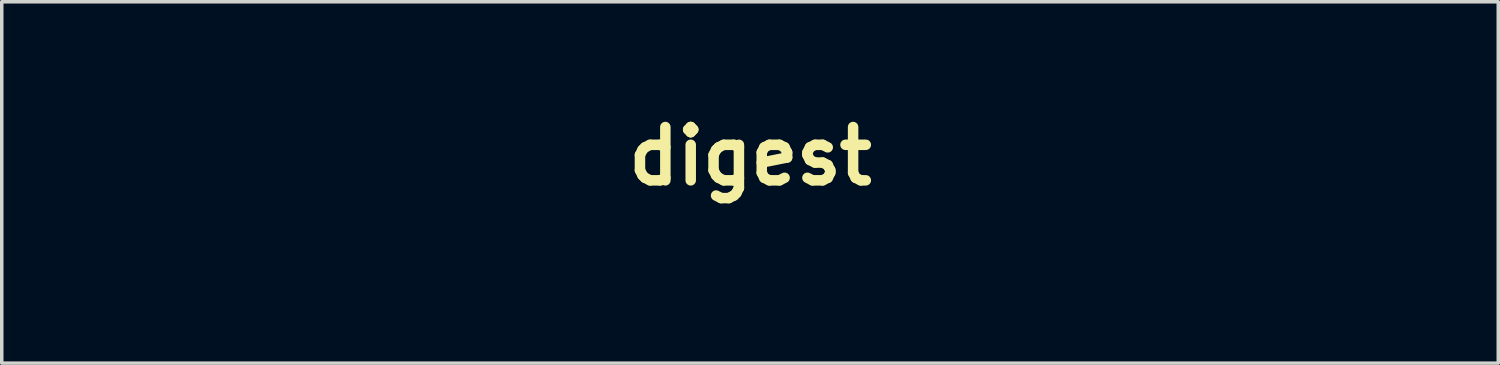
<source format=kicad_pcb>
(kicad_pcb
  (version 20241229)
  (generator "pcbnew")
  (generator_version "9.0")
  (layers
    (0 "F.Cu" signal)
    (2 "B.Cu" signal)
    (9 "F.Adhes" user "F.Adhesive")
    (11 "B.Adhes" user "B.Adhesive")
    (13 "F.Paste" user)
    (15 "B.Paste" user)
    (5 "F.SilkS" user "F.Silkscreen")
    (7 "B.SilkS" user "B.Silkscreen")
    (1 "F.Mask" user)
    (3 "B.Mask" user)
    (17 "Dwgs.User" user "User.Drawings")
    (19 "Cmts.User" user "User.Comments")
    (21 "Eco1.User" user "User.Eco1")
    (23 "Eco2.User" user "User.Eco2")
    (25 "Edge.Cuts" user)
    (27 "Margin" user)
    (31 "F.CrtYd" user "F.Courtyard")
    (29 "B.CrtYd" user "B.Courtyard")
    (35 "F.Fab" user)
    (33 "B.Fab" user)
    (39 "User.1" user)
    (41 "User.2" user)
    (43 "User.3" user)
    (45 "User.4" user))
  (footprint "digest"
    (layer "F.Cu")
    (at 18.41 1.418)
    (property "Reference" "digest" (at 0 0 0) (layer "F.SilkS") (effects (font (size 1.524 1.524) (thickness 0.3))))
    (attr through_hole)
    (fp_poly (pts (xy 0.318 1.653) (xy 0.325 1.819) (xy 0.324 1.826) (xy 0.268 2.01) (xy 0.184 2.098) (xy 0.105 2.072) (xy 0.098 1.907) (xy 0.099 1.9) (xy 0.156 1.715) (xy 0.239 1.627) (xy 0.318 1.653)) (stroke (width 0.01) (type solid)) (fill no) (layer "Eco2.User"))
    (fp_poly (pts (xy 9.358 0.524) (xy 9.361 0.528) (xy 9.37 0.63) (xy 9.349 0.708) (xy 9.251 0.823) (xy 9.132 0.836) (xy 9.061 0.745) (xy 9.059 0.717) (xy 9.118 0.595) (xy 9.244 0.515) (xy 9.358 0.524)) (stroke (width 0.01) (type solid)) (fill no) (layer "Eco2.User"))
    (fp_poly (pts (xy 14.268 0.524) (xy 14.272 0.528) (xy 14.281 0.63) (xy 14.259 0.708) (xy 14.162 0.823) (xy 14.043 0.836) (xy 13.972 0.745) (xy 13.97 0.717) (xy 14.029 0.595) (xy 14.155 0.515) (xy 14.268 0.524)) (stroke (width 0.01) (type solid)) (fill no) (layer "Eco2.User"))
    (fp_poly (pts (xy 17.505 1.653) (xy 17.512 1.819) (xy 17.511 1.826) (xy 17.455 2.01) (xy 17.371 2.098) (xy 17.293 2.072) (xy 17.286 1.907) (xy 17.287 1.9) (xy 17.343 1.715) (xy 17.427 1.627) (xy 17.505 1.653)) (stroke (width 0.01) (type solid)) (fill no) (layer "Eco2.User"))
    (fp_poly (pts (xy -15.541 0.13) (xy -15.502 0.287) (xy -15.494 0.508) (xy -15.512 0.773) (xy -15.559 0.912) (xy -15.623 0.91) (xy -15.691 0.754) (xy -15.695 0.741) (xy -15.746 0.446) (xy -15.733 0.218) (xy -15.661 0.095) (xy -15.621 0.085) (xy -15.541 0.13)) (stroke (width 0.01) (type solid)) (fill no) (layer "Eco2.User"))
    (fp_poly (pts (xy 4.948 0.13) (xy 4.987 0.287) (xy 4.995 0.508) (xy 4.977 0.773) (xy 4.93 0.912) (xy 4.866 0.91) (xy 4.798 0.754) (xy 4.795 0.741) (xy 4.744 0.446) (xy 4.756 0.218) (xy 4.828 0.095) (xy 4.868 0.085) (xy 4.948 0.13)) (stroke (width 0.01) (type solid)) (fill no) (layer "Eco2.User"))
    (fp_poly (pts (xy 1.158 0.035) (xy 1.198 0.064) (xy 1.196 0.179) (xy 1.087 0.418) (xy 0.873 0.772) (xy 0.846 0.813) (xy 0.627 1.149) (xy 0.483 1.364) (xy 0.396 1.478) (xy 0.347 1.511) (xy 0.319 1.485) (xy 0.295 1.423) (xy 0.315 1.303) (xy 0.403 1.084) (xy 0.536 0.809) (xy 0.691 0.523) (xy 0.844 0.268) (xy 0.973 0.088) (xy 1.03 0.034) (xy 1.158 0.035)) (stroke (width 0.01) (type solid)) (fill no) (layer "Eco2.User"))
    (fp_poly (pts (xy 18.345 0.035) (xy 18.386 0.064) (xy 18.384 0.179) (xy 18.274 0.418) (xy 18.061 0.772) (xy 18.034 0.813) (xy 17.814 1.149) (xy 17.67 1.364) (xy 17.583 1.478) (xy 17.534 1.511) (xy 17.506 1.485) (xy 17.482 1.423) (xy 17.502 1.303) (xy 17.59 1.084) (xy 17.723 0.809) (xy 17.878 0.523) (xy 18.032 0.268) (xy 18.161 0.088) (xy 18.218 0.034) (xy 18.345 0.035)) (stroke (width 0.01) (type solid)) (fill no) (layer "Eco2.User"))
    (fp_poly (pts (xy -14.584 0.833) (xy -14.526 1.005) (xy -14.514 1.06) (xy -14.5 1.325) (xy -14.592 1.548) (xy -14.639 1.616) (xy -14.75 1.793) (xy -14.737 1.855) (xy -14.599 1.803) (xy -14.476 1.728) (xy -14.382 1.677) (xy -14.414 1.728) (xy -14.543 1.855) (xy -14.811 2.057) (xy -15.035 2.104) (xy -15.232 2) (xy -15.269 1.962) (xy -15.378 1.813) (xy -15.409 1.727) (xy -15.358 1.625) (xy -15.302 1.546) (xy -15.152 1.546) (xy -15.148 1.656) (xy -15.134 1.675) (xy -15.002 1.758) (xy -14.892 1.687) (xy -14.831 1.487) (xy -14.804 1.252) (xy -15.014 1.409) (xy -15.152 1.546) (xy -15.302 1.546) (xy -15.229 1.442) (xy -15.057 1.221) (xy -14.877 1.007) (xy -14.726 0.844) (xy -14.644 0.778) (xy -14.584 0.833)) (stroke (width 0.01) (type solid)) (fill no) (layer "Eco2.User"))
    (fp_poly (pts (xy 5.905 0.833) (xy 5.963 1.005) (xy 5.975 1.06) (xy 5.99 1.325) (xy 5.898 1.548) (xy 5.85 1.616) (xy 5.739 1.793) (xy 5.752 1.855) (xy 5.89 1.803) (xy 6.014 1.728) (xy 6.107 1.677) (xy 6.076 1.728) (xy 5.946 1.855) (xy 5.678 2.057) (xy 5.455 2.104) (xy 5.257 2) (xy 5.22 1.962) (xy 5.112 1.813) (xy 5.08 1.727) (xy 5.131 1.625) (xy 5.187 1.546) (xy 5.337 1.546) (xy 5.341 1.656) (xy 5.355 1.675) (xy 5.487 1.758) (xy 5.597 1.687) (xy 5.658 1.487) (xy 5.686 1.252) (xy 5.476 1.409) (xy 5.337 1.546) (xy 5.187 1.546) (xy 5.26 1.442) (xy 5.433 1.221) (xy 5.612 1.007) (xy 5.763 0.844) (xy 5.846 0.778) (xy 5.905 0.833)) (stroke (width 0.01) (type solid)) (fill no) (layer "Eco2.User"))
    (fp_poly (pts (xy -15.953 0.545) (xy -15.974 0.614) (xy -16.042 0.765) (xy -16.05 0.804) (xy -16.07 0.966) (xy -16.074 0.995) (xy -16.156 1.08) (xy -16.26 1.101) (xy -16.426 1.177) (xy -16.557 1.394) (xy -16.637 1.609) (xy -16.678 1.76) (xy -16.679 1.775) (xy -16.623 1.856) (xy -16.485 1.831) (xy -16.326 1.723) (xy -16.212 1.649) (xy -16.171 1.673) (xy -16.235 1.788) (xy -16.39 1.944) (xy -16.579 2.092) (xy -16.749 2.188) (xy -16.807 2.201) (xy -16.898 2.125) (xy -16.951 1.928) (xy -16.951 1.926) (xy -16.908 1.602) (xy -16.783 1.376) (xy -16.668 1.198) (xy -16.657 1.116) (xy -16.717 1.101) (xy -16.833 1.065) (xy -16.849 1.033) (xy -16.778 0.896) (xy -16.62 0.788) (xy -16.503 0.762) (xy -16.332 0.701) (xy -16.256 0.635) (xy -16.134 0.539) (xy -16.015 0.508) (xy -15.953 0.545)) (stroke (width 0.01) (type solid)) (fill no) (layer "Eco2.User"))
    (fp_poly (pts (xy 4.536 0.545) (xy 4.516 0.614) (xy 4.448 0.765) (xy 4.439 0.804) (xy 4.419 0.966) (xy 4.416 0.995) (xy 4.333 1.08) (xy 4.229 1.101) (xy 4.063 1.177) (xy 3.933 1.394) (xy 3.852 1.609) (xy 3.811 1.76) (xy 3.81 1.775) (xy 3.866 1.856) (xy 4.004 1.831) (xy 4.163 1.723) (xy 4.278 1.649) (xy 4.318 1.673) (xy 4.254 1.788) (xy 4.1 1.944) (xy 3.91 2.092) (xy 3.741 2.188) (xy 3.682 2.201) (xy 3.591 2.125) (xy 3.538 1.928) (xy 3.538 1.926) (xy 3.582 1.602) (xy 3.706 1.376) (xy 3.821 1.198) (xy 3.832 1.116) (xy 3.772 1.101) (xy 3.656 1.065) (xy 3.641 1.033) (xy 3.711 0.896) (xy 3.87 0.788) (xy 3.986 0.762) (xy 4.157 0.701) (xy 4.233 0.635) (xy 4.355 0.539) (xy 4.475 0.508) (xy 4.536 0.545)) (stroke (width 0.01) (type solid)) (fill no) (layer "Eco2.User"))
    (fp_poly (pts (xy -17.173 -0.018) (xy -17.092 0.164) (xy -17.101 0.441) (xy -17.198 0.787) (xy -17.381 1.179) (xy -17.492 1.368) (xy -17.615 1.578) (xy -17.687 1.728) (xy -17.695 1.76) (xy -17.741 1.878) (xy -17.809 1.986) (xy -17.915 2.085) (xy -17.987 2.04) (xy -17.983 1.91) (xy -17.893 1.706) (xy -17.842 1.623) (xy -17.607 1.239) (xy -17.426 0.886) (xy -17.309 0.589) (xy -17.264 0.373) (xy -17.3 0.263) (xy -17.335 0.254) (xy -17.488 0.299) (xy -17.669 0.412) (xy -17.847 0.562) (xy -17.991 0.718) (xy -18.07 0.849) (xy -18.054 0.926) (xy -18.016 0.934) (xy -17.985 0.967) (xy -18.06 1.025) (xy -18.236 1.066) (xy -18.333 1.014) (xy -18.405 0.922) (xy -18.387 0.797) (xy -18.325 0.667) (xy -18.173 0.462) (xy -17.943 0.246) (xy -17.687 0.059) (xy -17.455 -0.061) (xy -17.347 -0.085) (xy -17.173 -0.018)) (stroke (width 0.01) (type solid)) (fill no) (layer "Eco2.User"))
    (fp_poly (pts (xy 3.316 -0.018) (xy 3.398 0.164) (xy 3.389 0.441) (xy 3.291 0.787) (xy 3.109 1.179) (xy 2.997 1.368) (xy 2.874 1.578) (xy 2.802 1.728) (xy 2.794 1.76) (xy 2.749 1.878) (xy 2.68 1.986) (xy 2.574 2.085) (xy 2.503 2.04) (xy 2.507 1.91) (xy 2.597 1.706) (xy 2.647 1.623) (xy 2.882 1.239) (xy 3.063 0.886) (xy 3.181 0.589) (xy 3.226 0.373) (xy 3.189 0.263) (xy 3.154 0.254) (xy 3.001 0.299) (xy 2.82 0.412) (xy 2.642 0.562) (xy 2.498 0.718) (xy 2.419 0.849) (xy 2.435 0.926) (xy 2.474 0.934) (xy 2.504 0.967) (xy 2.43 1.025) (xy 2.254 1.066) (xy 2.157 1.014) (xy 2.084 0.922) (xy 2.103 0.797) (xy 2.164 0.667) (xy 2.316 0.462) (xy 2.546 0.246) (xy 2.802 0.059) (xy 3.034 -0.061) (xy 3.142 -0.085) (xy 3.316 -0.018)) (stroke (width 0.01) (type solid)) (fill no) (layer "Eco2.User"))
    (fp_poly (pts (xy -12.306 0.942) (xy -12.294 1.079) (xy -12.346 1.321) (xy -12.42 1.479) (xy -12.518 1.665) (xy -12.49 1.756) (xy -12.351 1.778) (xy -12.228 1.796) (xy -12.253 1.875) (xy -12.281 1.91) (xy -12.457 2.072) (xy -12.626 2.151) (xy -12.738 2.123) (xy -12.743 2.116) (xy -12.762 1.974) (xy -12.738 1.841) (xy -12.714 1.736) (xy -12.753 1.733) (xy -12.88 1.839) (xy -12.95 1.905) (xy -13.121 2.058) (xy -13.22 2.104) (xy -13.295 2.055) (xy -13.341 1.995) (xy -13.453 1.767) (xy -13.453 1.763) (xy -13.224 1.763) (xy -13.176 1.82) (xy -13.045 1.781) (xy -12.885 1.653) (xy -12.714 1.459) (xy -12.7 1.44) (xy -12.589 1.263) (xy -12.59 1.197) (xy -12.711 1.239) (xy -12.923 1.362) (xy -13.087 1.497) (xy -13.191 1.643) (xy -13.224 1.763) (xy -13.453 1.763) (xy -13.43 1.551) (xy -13.262 1.328) (xy -12.941 1.079) (xy -12.921 1.066) (xy -12.613 0.892) (xy -12.408 0.851) (xy -12.306 0.942)) (stroke (width 0.01) (type solid)) (fill no) (layer "Eco2.User"))
    (fp_poly (pts (xy -11.191 0.279) (xy -11.222 0.503) (xy -11.335 0.791) (xy -11.497 1.081) (xy -11.678 1.311) (xy -11.721 1.351) (xy -11.831 1.516) (xy -11.843 1.701) (xy -11.763 1.824) (xy -11.63 1.819) (xy -11.478 1.686) (xy -11.34 1.458) (xy -11.275 1.286) (xy -11.234 1.184) (xy -10.974 1.184) (xy -10.969 1.185) (xy -10.908 1.121) (xy -10.797 0.96) (xy -10.76 0.9) (xy -10.652 0.701) (xy -10.594 0.543) (xy -10.588 0.46) (xy -10.641 0.48) (xy -10.709 0.565) (xy -10.811 0.737) (xy -10.905 0.934) (xy -10.967 1.101) (xy -10.974 1.184) (xy -11.234 1.184) (xy -11.17 1.022) (xy -11.012 0.728) (xy -10.833 0.451) (xy -10.663 0.237) (xy -10.538 0.138) (xy -10.445 0.154) (xy -10.425 0.281) (xy -10.464 0.485) (xy -10.55 0.73) (xy -10.67 0.982) (xy -10.811 1.206) (xy -10.961 1.366) (xy -10.998 1.392) (xy -11.079 1.524) (xy -11.078 1.702) (xy -11.001 1.824) (xy -10.877 1.817) (xy -10.762 1.744) (xy -10.6 1.621) (xy -10.541 1.621) (xy -10.592 1.725) (xy -10.71 1.863) (xy -10.927 2.055) (xy -11.091 2.104) (xy -11.232 2.015) (xy -11.285 1.947) (xy -11.404 1.778) (xy -11.557 1.947) (xy -11.749 2.095) (xy -11.918 2.078) (xy -12.052 1.941) (xy -12.128 1.768) (xy -12.113 1.55) (xy -12.089 1.454) (xy -11.984 1.184) (xy -11.736 1.184) (xy -11.731 1.185) (xy -11.67 1.121) (xy -11.559 0.96) (xy -11.522 0.9) (xy -11.414 0.701) (xy -11.356 0.543) (xy -11.35 0.46) (xy -11.403 0.48) (xy -11.471 0.565) (xy -11.573 0.737) (xy -11.667 0.934) (xy -11.729 1.101) (xy -11.736 1.184) (xy -11.984 1.184) (xy -11.862 0.872) (xy -11.534 0.379) (xy -11.46 0.296) (xy -11.218 0.042) (xy -11.191 0.279)) (stroke (width 0.01) (type solid)) (fill no) (layer "Eco2.User"))
    (fp_poly (pts (xy -4.184 0.545) (xy -4.205 0.614) (xy -4.273 0.765) (xy -4.282 0.804) (xy -4.302 0.966) (xy -4.305 0.995) (xy -4.387 1.08) (xy -4.492 1.101) (xy -4.657 1.177) (xy -4.788 1.394) (xy -4.869 1.609) (xy -4.909 1.76) (xy -4.911 1.775) (xy -4.86 1.862) (xy -4.731 1.835) (xy -4.63 1.763) (xy -4.165 1.763) (xy -4.117 1.82) (xy -3.985 1.781) (xy -3.825 1.653) (xy -3.655 1.459) (xy -3.641 1.44) (xy -3.529 1.263) (xy -3.53 1.197) (xy -3.652 1.239) (xy -3.864 1.362) (xy -4.028 1.497) (xy -4.132 1.643) (xy -4.165 1.763) (xy -4.63 1.763) (xy -4.556 1.709) (xy -4.43 1.576) (xy -4.189 1.33) (xy -3.908 1.105) (xy -3.635 0.934) (xy -3.416 0.85) (xy -3.376 0.847) (xy -3.266 0.914) (xy -3.231 1.084) (xy -3.273 1.304) (xy -3.36 1.479) (xy -3.458 1.664) (xy -3.429 1.756) (xy -3.281 1.781) (xy -3.165 1.79) (xy -3.16 1.833) (xy -3.275 1.945) (xy -3.329 1.994) (xy -3.535 2.133) (xy -3.664 2.132) (xy -3.703 1.997) (xy -3.683 1.875) (xy -3.628 1.651) (xy -3.897 1.905) (xy -4.166 2.159) (xy -4.422 1.779) (xy -4.673 1.99) (xy -4.917 2.161) (xy -5.076 2.188) (xy -5.154 2.07) (xy -5.165 1.947) (xy -5.177 1.765) (xy -5.231 1.709) (xy -5.358 1.776) (xy -5.519 1.905) (xy -5.763 2.072) (xy -5.966 2.101) (xy -6.177 1.997) (xy -6.218 1.967) (xy -6.408 1.817) (xy -6.21 1.503) (xy -6.172 1.455) (xy -5.927 1.455) (xy -5.871 1.48) (xy -5.744 1.431) (xy -5.609 1.339) (xy -5.542 1.264) (xy -5.523 1.147) (xy -5.537 1.124) (xy -5.625 1.136) (xy -5.759 1.231) (xy -5.879 1.356) (xy -5.927 1.455) (xy -6.172 1.455) (xy -5.974 1.204) (xy -5.722 1.009) (xy -5.488 0.942) (xy -5.444 0.947) (xy -5.31 1.022) (xy -5.319 1.155) (xy -5.463 1.324) (xy -5.609 1.432) (xy -5.81 1.591) (xy -5.917 1.735) (xy -5.913 1.834) (xy -5.821 1.859) (xy -5.651 1.814) (xy -5.446 1.706) (xy -5.237 1.559) (xy -5.053 1.4) (xy -4.923 1.253) (xy -4.875 1.145) (xy -4.941 1.101) (xy -4.947 1.101) (xy -5.064 1.065) (xy -5.08 1.033) (xy -5.01 0.896) (xy -4.851 0.788) (xy -4.735 0.762) (xy -4.563 0.701) (xy -4.487 0.635) (xy -4.365 0.539) (xy -4.246 0.508) (xy -4.184 0.545)) (stroke (width 0.01) (type solid)) (fill no) (layer "Eco2.User"))
    (fp_poly (pts (xy -6.526 0.885) (xy -6.559 0.988) (xy -6.724 1.143) (xy -6.855 1.236) (xy -7.097 1.434) (xy -7.243 1.631) (xy -7.27 1.794) (xy -7.238 1.848) (xy -7.157 1.82) (xy -7 1.692) (xy -6.815 1.503) (xy -6.618 1.295) (xy -6.463 1.15) (xy -6.389 1.101) (xy -6.365 1.172) (xy -6.385 1.348) (xy -6.391 1.376) (xy -6.439 1.607) (xy -6.469 1.779) (xy -6.469 1.78) (xy -6.53 1.912) (xy -6.67 2.126) (xy -6.855 2.376) (xy -7.052 2.62) (xy -7.226 2.812) (xy -7.333 2.904) (xy -7.429 2.913) (xy -7.451 2.814) (xy -7.392 2.66) (xy -7.247 2.467) (xy -7.189 2.408) (xy -6.985 2.182) (xy -6.819 1.944) (xy -6.798 1.905) (xy -6.668 1.651) (xy -6.916 1.884) (xy -7.139 2.063) (xy -7.297 2.101) (xy -7.416 2) (xy -7.465 1.908) (xy -7.56 1.699) (xy -7.808 1.908) (xy -8.082 2.079) (xy -8.308 2.098) (xy -8.475 1.965) (xy -8.478 1.961) (xy -8.633 1.854) (xy -8.859 1.856) (xy -9.099 1.962) (xy -9.162 2.011) (xy -9.345 2.102) (xy -9.493 2.057) (xy -9.59 1.91) (xy -9.618 1.694) (xy -9.561 1.443) (xy -9.508 1.335) (xy -9.365 1.15) (xy -9.217 1.042) (xy -9.103 1.029) (xy -9.059 1.124) (xy -9.118 1.267) (xy -9.229 1.397) (xy -9.357 1.567) (xy -9.398 1.704) (xy -9.359 1.816) (xy -9.258 1.8) (xy -9.123 1.672) (xy -8.98 1.45) (xy -8.972 1.435) (xy -8.818 1.183) (xy -8.684 1.042) (xy -8.591 1.015) (xy -8.563 1.104) (xy -8.623 1.312) (xy -8.662 1.398) (xy -8.739 1.585) (xy -8.758 1.687) (xy -8.751 1.693) (xy -8.67 1.636) (xy -8.513 1.487) (xy -8.482 1.455) (xy -8.213 1.455) (xy -8.157 1.48) (xy -8.03 1.431) (xy -7.895 1.339) (xy -7.828 1.264) (xy -7.809 1.147) (xy -7.823 1.124) (xy -7.911 1.136) (xy -8.045 1.231) (xy -8.165 1.356) (xy -8.213 1.455) (xy -8.482 1.455) (xy -8.337 1.305) (xy -8.095 1.071) (xy -7.911 0.959) (xy -7.777 0.945) (xy -7.613 1.014) (xy -7.598 1.139) (xy -7.725 1.304) (xy -7.895 1.432) (xy -8.098 1.593) (xy -8.204 1.738) (xy -8.196 1.836) (xy -8.107 1.862) (xy -7.957 1.819) (xy -7.761 1.714) (xy -7.576 1.586) (xy -7.463 1.474) (xy -7.451 1.441) (xy -7.385 1.343) (xy -7.223 1.197) (xy -7.013 1.042) (xy -6.807 0.914) (xy -6.654 0.849) (xy -6.634 0.847) (xy -6.526 0.885)) (stroke (width 0.01) (type solid)) (fill no) (layer "Eco2.User"))
    (fp_poly (pts (xy 8.636 0.257) (xy 8.599 0.368) (xy 8.499 0.587) (xy 8.355 0.873) (xy 8.297 0.984) (xy 8.142 1.29) (xy 8.025 1.547) (xy 7.963 1.714) (xy 7.959 1.743) (xy 8.01 1.851) (xy 8.133 1.856) (xy 8.286 1.78) (xy 8.424 1.643) (xy 8.501 1.485) (xy 8.602 1.296) (xy 8.775 1.13) (xy 8.962 1.034) (xy 9.066 1.032) (xy 9.083 1.11) (xy 8.985 1.274) (xy 8.942 1.328) (xy 8.774 1.572) (xy 8.734 1.728) (xy 8.801 1.788) (xy 8.953 1.741) (xy 9.167 1.58) (xy 9.278 1.468) (xy 9.554 1.198) (xy 9.824 0.988) (xy 10.049 0.866) (xy 10.139 0.847) (xy 10.24 0.885) (xy 10.204 0.989) (xy 10.039 1.143) (xy 9.909 1.236) (xy 9.667 1.434) (xy 9.521 1.631) (xy 9.494 1.794) (xy 9.526 1.848) (xy 9.607 1.82) (xy 9.764 1.692) (xy 9.949 1.503) (xy 10.146 1.295) (xy 10.301 1.15) (xy 10.375 1.101) (xy 10.399 1.172) (xy 10.379 1.348) (xy 10.373 1.376) (xy 10.325 1.607) (xy 10.295 1.779) (xy 10.295 1.78) (xy 10.234 1.912) (xy 10.094 2.126) (xy 9.909 2.376) (xy 9.712 2.62) (xy 9.538 2.812) (xy 9.431 2.904) (xy 9.335 2.913) (xy 9.313 2.814) (xy 9.372 2.66) (xy 9.517 2.467) (xy 9.575 2.408) (xy 9.779 2.182) (xy 9.945 1.944) (xy 9.966 1.905) (xy 10.096 1.651) (xy 9.848 1.884) (xy 9.627 2.062) (xy 9.472 2.103) (xy 9.352 2.01) (xy 9.309 1.939) (xy 9.214 1.762) (xy 9.025 1.939) (xy 8.822 2.089) (xy 8.671 2.088) (xy 8.547 1.939) (xy 8.479 1.83) (xy 8.41 1.82) (xy 8.289 1.917) (xy 8.212 1.99) (xy 8.005 2.142) (xy 7.864 2.141) (xy 7.796 1.988) (xy 7.789 1.884) (xy 7.789 1.662) (xy 7.529 1.91) (xy 7.362 2.061) (xy 7.267 2.105) (xy 7.191 2.051) (xy 7.148 1.995) (xy 7.038 1.751) (xy 7.048 1.698) (xy 7.281 1.698) (xy 7.289 1.804) (xy 7.341 1.813) (xy 7.476 1.723) (xy 7.531 1.683) (xy 7.71 1.53) (xy 7.819 1.398) (xy 7.825 1.384) (xy 7.844 1.293) (xy 7.78 1.284) (xy 7.607 1.36) (xy 7.531 1.399) (xy 7.342 1.549) (xy 7.281 1.698) (xy 7.048 1.698) (xy 7.083 1.507) (xy 7.194 1.335) (xy 7.36 1.178) (xy 7.571 1.043) (xy 7.775 0.958) (xy 7.915 0.95) (xy 7.933 0.962) (xy 7.999 0.925) (xy 8.117 0.773) (xy 8.228 0.593) (xy 8.395 0.334) (xy 8.529 0.19) (xy 8.614 0.173) (xy 8.636 0.257)) (stroke (width 0.01) (type solid)) (fill no) (layer "Eco2.User"))
    (fp_poly (pts (xy -1.71 -0.036) (xy -1.72 0.094) (xy -1.817 0.31) (xy -1.997 0.598) (xy -2.254 0.942) (xy -2.359 1.071) (xy -2.564 1.332) (xy -2.717 1.558) (xy -2.791 1.707) (xy -2.794 1.727) (xy -2.753 1.848) (xy -2.656 1.853) (xy -2.544 1.765) (xy -2.459 1.605) (xy -2.443 1.533) (xy -2.374 1.363) (xy -2.252 1.229) (xy -2.126 1.177) (xy -2.076 1.198) (xy -2.067 1.303) (xy -2.112 1.47) (xy -2.156 1.636) (xy -2.108 1.692) (xy -2.09 1.693) (xy -2.005 1.619) (xy -1.916 1.433) (xy -1.886 1.333) (xy -1.83 1.184) (xy -1.576 1.184) (xy -1.571 1.185) (xy -1.51 1.121) (xy -1.399 0.96) (xy -1.362 0.9) (xy -1.254 0.701) (xy -1.196 0.543) (xy -1.19 0.46) (xy -1.243 0.48) (xy -1.311 0.565) (xy -1.413 0.737) (xy -1.507 0.934) (xy -1.569 1.101) (xy -1.576 1.184) (xy -1.83 1.184) (xy -1.783 1.058) (xy -1.628 0.754) (xy -1.449 0.467) (xy -1.275 0.246) (xy -1.14 0.138) (xy -1.047 0.154) (xy -1.027 0.281) (xy -1.066 0.485) (xy -1.152 0.73) (xy -1.272 0.982) (xy -1.413 1.206) (xy -1.563 1.366) (xy -1.6 1.392) (xy -1.679 1.516) (xy -1.693 1.609) (xy -1.657 1.78) (xy -1.547 1.808) (xy -1.358 1.693) (xy -1.112 1.455) (xy -0.847 1.455) (xy -0.791 1.48) (xy -0.664 1.431) (xy -0.529 1.339) (xy -0.462 1.264) (xy -0.443 1.147) (xy -0.457 1.124) (xy -0.545 1.136) (xy -0.679 1.231) (xy -0.799 1.356) (xy -0.847 1.455) (xy -1.112 1.455) (xy -1.088 1.433) (xy -1.058 1.401) (xy -0.8 1.138) (xy -0.612 0.993) (xy -0.464 0.943) (xy -0.412 0.945) (xy -0.248 1.014) (xy -0.232 1.139) (xy -0.359 1.304) (xy -0.529 1.432) (xy -0.722 1.58) (xy -0.835 1.711) (xy -0.847 1.75) (xy -0.806 1.845) (xy -0.671 1.843) (xy -0.42 1.742) (xy -0.398 1.731) (xy -0.127 1.599) (xy -0.404 1.858) (xy -0.681 2.061) (xy -0.911 2.103) (xy -1.097 1.985) (xy -1.125 1.947) (xy -1.244 1.778) (xy -1.397 1.947) (xy -1.594 2.096) (xy -1.766 2.078) (xy -1.875 1.959) (xy -2.032 1.847) (xy -2.266 1.878) (xy -2.495 2.003) (xy -2.714 2.106) (xy -2.883 2.061) (xy -2.996 1.935) (xy -3.065 1.811) (xy -3.072 1.677) (xy -3.016 1.476) (xy -2.965 1.338) (xy -2.918 1.244) (xy -2.688 1.244) (xy -2.679 1.27) (xy -2.615 1.208) (xy -2.477 1.046) (xy -2.295 0.817) (xy -2.284 0.802) (xy -2.104 0.551) (xy -2 0.373) (xy -1.975 0.284) (xy -2.031 0.301) (xy -2.172 0.44) (xy -2.236 0.515) (xy -2.385 0.71) (xy -2.526 0.925) (xy -2.636 1.117) (xy -2.688 1.244) (xy -2.918 1.244) (xy -2.786 0.976) (xy -2.534 0.598) (xy -2.251 0.264) (xy -1.982 0.03) (xy -1.978 0.027) (xy -1.795 -0.063) (xy -1.71 -0.036)) (stroke (width 0.01) (type solid)) (fill no) (layer "Eco2.User"))
    (fp_poly (pts (xy 15.482 -0.027) (xy 15.458 0.137) (xy 15.33 0.392) (xy 15.105 0.725) (xy 14.789 1.121) (xy 14.763 1.152) (xy 14.574 1.393) (xy 14.441 1.6) (xy 14.393 1.724) (xy 14.435 1.847) (xy 14.532 1.853) (xy 14.643 1.766) (xy 14.728 1.606) (xy 14.745 1.533) (xy 14.813 1.363) (xy 14.936 1.229) (xy 15.061 1.177) (xy 15.111 1.198) (xy 15.12 1.303) (xy 15.075 1.47) (xy 15.031 1.636) (xy 15.079 1.692) (xy 15.098 1.693) (xy 15.183 1.619) (xy 15.271 1.433) (xy 15.302 1.333) (xy 15.357 1.184) (xy 15.611 1.184) (xy 15.616 1.185) (xy 15.677 1.121) (xy 15.788 0.96) (xy 15.826 0.9) (xy 15.933 0.701) (xy 15.992 0.543) (xy 15.997 0.46) (xy 15.944 0.48) (xy 15.876 0.565) (xy 15.774 0.737) (xy 15.681 0.934) (xy 15.619 1.101) (xy 15.611 1.184) (xy 15.357 1.184) (xy 15.404 1.058) (xy 15.559 0.754) (xy 15.739 0.467) (xy 15.912 0.246) (xy 16.047 0.138) (xy 16.14 0.154) (xy 16.161 0.281) (xy 16.122 0.485) (xy 16.036 0.73) (xy 15.915 0.982) (xy 15.774 1.206) (xy 15.624 1.366) (xy 15.587 1.392) (xy 15.508 1.516) (xy 15.494 1.609) (xy 15.53 1.78) (xy 15.64 1.808) (xy 15.829 1.693) (xy 16.076 1.455) (xy 16.341 1.455) (xy 16.397 1.48) (xy 16.523 1.431) (xy 16.659 1.339) (xy 16.725 1.264) (xy 16.745 1.147) (xy 16.731 1.124) (xy 16.643 1.136) (xy 16.509 1.231) (xy 16.388 1.356) (xy 16.341 1.455) (xy 16.076 1.455) (xy 16.099 1.433) (xy 16.129 1.401) (xy 16.387 1.138) (xy 16.575 0.993) (xy 16.723 0.943) (xy 16.776 0.945) (xy 16.94 1.014) (xy 16.956 1.139) (xy 16.828 1.304) (xy 16.658 1.432) (xy 16.465 1.58) (xy 16.353 1.711) (xy 16.341 1.75) (xy 16.381 1.845) (xy 16.517 1.843) (xy 16.767 1.742) (xy 16.789 1.731) (xy 17.06 1.599) (xy 16.784 1.858) (xy 16.506 2.061) (xy 16.277 2.103) (xy 16.091 1.985) (xy 16.062 1.947) (xy 15.944 1.778) (xy 15.79 1.947) (xy 15.593 2.096) (xy 15.422 2.078) (xy 15.31 1.956) (xy 15.225 1.86) (xy 15.107 1.84) (xy 14.918 1.899) (xy 14.662 2.019) (xy 14.471 2.104) (xy 14.359 2.102) (xy 14.256 2.006) (xy 14.228 1.972) (xy 14.112 1.845) (xy 14.03 1.845) (xy 13.925 1.951) (xy 13.732 2.097) (xy 13.568 2.076) (xy 13.46 1.944) (xy 13.394 1.839) (xy 13.322 1.828) (xy 13.192 1.919) (xy 13.112 1.986) (xy 12.867 2.159) (xy 12.708 2.189) (xy 12.628 2.075) (xy 12.615 1.94) (xy 12.615 1.678) (xy 12.355 1.897) (xy 12.084 2.074) (xy 11.861 2.096) (xy 11.665 1.965) (xy 11.623 1.916) (xy 11.465 1.715) (xy 11.231 1.916) (xy 10.99 2.079) (xy 10.782 2.098) (xy 10.559 1.976) (xy 10.546 1.967) (xy 10.356 1.817) (xy 10.554 1.503) (xy 10.592 1.455) (xy 10.837 1.455) (xy 10.893 1.48) (xy 11.02 1.431) (xy 11.155 1.339) (xy 11.222 1.264) (xy 11.241 1.147) (xy 11.227 1.124) (xy 11.139 1.136) (xy 11.005 1.231) (xy 10.885 1.356) (xy 10.837 1.455) (xy 10.592 1.455) (xy 10.79 1.204) (xy 11.042 1.009) (xy 11.276 0.942) (xy 11.32 0.947) (xy 11.454 1.022) (xy 11.445 1.155) (xy 11.301 1.324) (xy 11.155 1.432) (xy 10.956 1.59) (xy 10.847 1.735) (xy 10.845 1.835) (xy 10.925 1.863) (xy 11.133 1.802) (xy 11.4 1.645) (xy 11.523 1.546) (xy 11.772 1.546) (xy 11.776 1.656) (xy 11.79 1.675) (xy 11.922 1.758) (xy 12.032 1.687) (xy 12.093 1.487) (xy 12.12 1.252) (xy 11.91 1.409) (xy 11.772 1.546) (xy 11.523 1.546) (xy 11.677 1.423) (xy 11.917 1.172) (xy 11.938 1.145) (xy 12.108 0.937) (xy 12.24 0.798) (xy 12.294 0.762) (xy 12.347 0.836) (xy 12.401 1.019) (xy 12.411 1.065) (xy 12.423 1.332) (xy 12.324 1.561) (xy 12.285 1.616) (xy 12.177 1.789) (xy 12.179 1.858) (xy 12.269 1.828) (xy 12.429 1.706) (xy 12.635 1.503) (xy 12.818 1.291) (xy 12.883 1.17) (xy 12.843 1.118) (xy 12.834 1.116) (xy 12.717 1.06) (xy 12.7 1.027) (xy 12.77 0.895) (xy 12.927 0.789) (xy 13.045 0.762) (xy 13.217 0.701) (xy 13.293 0.635) (xy 13.415 0.539) (xy 13.534 0.508) (xy 13.596 0.545) (xy 13.575 0.614) (xy 13.507 0.765) (xy 13.498 0.804) (xy 13.478 0.966) (xy 13.475 0.995) (xy 13.393 1.08) (xy 13.288 1.101) (xy 13.123 1.177) (xy 12.992 1.394) (xy 12.911 1.611) (xy 12.87 1.766) (xy 12.869 1.781) (xy 12.917 1.863) (xy 13.037 1.832) (xy 13.2 1.705) (xy 13.372 1.502) (xy 13.398 1.465) (xy 13.59 1.23) (xy 13.787 1.072) (xy 13.951 1.013) (xy 14.022 1.04) (xy 13.999 1.122) (xy 13.891 1.28) (xy 13.846 1.335) (xy 13.685 1.561) (xy 13.634 1.716) (xy 13.699 1.778) (xy 13.709 1.778) (xy 13.914 1.724) (xy 14.092 1.546) (xy 14.254 1.244) (xy 14.499 1.244) (xy 14.508 1.27) (xy 14.573 1.208) (xy 14.71 1.046) (xy 14.892 0.817) (xy 14.903 0.802) (xy 15.083 0.551) (xy 15.187 0.373) (xy 15.213 0.284) (xy 15.156 0.301) (xy 15.016 0.44) (xy 14.951 0.515) (xy 14.803 0.71) (xy 14.661 0.925) (xy 14.551 1.117) (xy 14.499 1.244) (xy 14.254 1.244) (xy 14.264 1.225) (xy 14.402 0.974) (xy 14.601 0.689) (xy 14.829 0.406) (xy 15.057 0.16) (xy 15.254 -0.016) (xy 15.391 -0.085) (xy 15.394 -0.085) (xy 15.482 -0.027)) (stroke (width 0.01) (type solid)) (fill no) (layer "Eco2.User")))
  (gr_rect
    (start -3 -3)
    (end 39.801 7.336)
    (stroke (width 0.1) (type default))
    (fill no)
    (layer "Edge.Cuts")))
</source>
